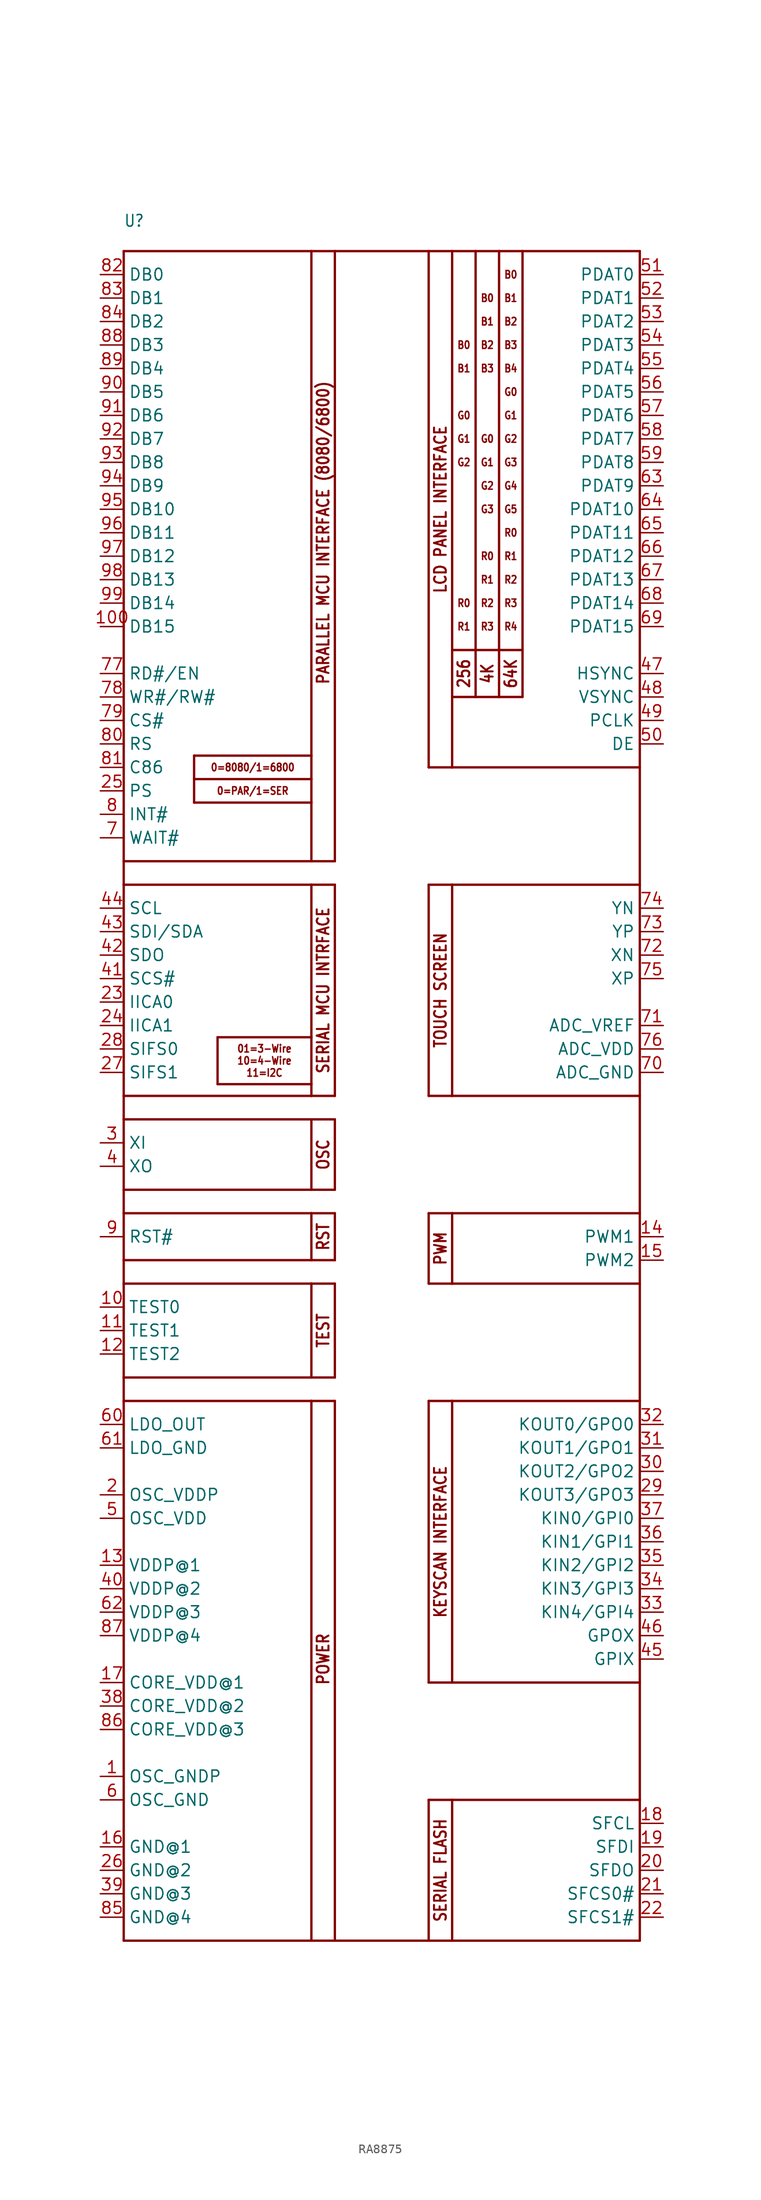
<source format=kicad_sym>
(kicad_symbol_lib
  (version 20220914)
  (generator kicad_symbol_editor)
  (symbol "RA8875"
    (property "Reference" "U"
      (at -27.94 91.44 0)
      (effects (font (size 1.27 1.079)) (justify left bottom)))
    (property "Value" ""
      (at -27.94 -96.52 0)
      (effects (font (size 1.27 1.079)) (justify left bottom)))
    (property "ki_locked" ""
      (at 0 0 0)
      (effects (font (size 1.27 1.27))))
    (symbol "RA8875_1_0"
      (polyline (pts (xy -27.94 -93.98) (xy -27.94 -35.56)) (stroke (width 0.254) (type solid)) (fill (type none)))
      (polyline (pts (xy -27.94 -35.56) (xy -27.94 -33.02)) (stroke (width 0.254) (type solid)) (fill (type none)))
      (polyline (pts (xy -27.94 -35.56) (xy -7.62 -35.56)) (stroke (width 0.254) (type solid)) (fill (type none)))
      (polyline (pts (xy -27.94 -33.02) (xy -27.94 -22.86)) (stroke (width 0.254) (type solid)) (fill (type none)))
      (polyline (pts (xy -27.94 -22.86) (xy -27.94 -20.32)) (stroke (width 0.254) (type solid)) (fill (type none)))
      (polyline (pts (xy -27.94 -22.86) (xy -7.62 -22.86)) (stroke (width 0.254) (type solid)) (fill (type none)))
      (polyline (pts (xy -27.94 -20.32) (xy -27.94 -15.24)) (stroke (width 0.254) (type solid)) (fill (type none)))
      (polyline (pts (xy -27.94 -15.24) (xy -27.94 -12.7)) (stroke (width 0.254) (type solid)) (fill (type none)))
      (polyline (pts (xy -27.94 -15.24) (xy -7.62 -15.24)) (stroke (width 0.254) (type solid)) (fill (type none)))
      (polyline (pts (xy -27.94 -12.7) (xy -27.94 -5.08)) (stroke (width 0.254) (type solid)) (fill (type none)))
      (polyline (pts (xy -27.94 -5.08) (xy -27.94 -2.54)) (stroke (width 0.254) (type solid)) (fill (type none)))
      (polyline (pts (xy -27.94 -5.08) (xy -7.62 -5.08)) (stroke (width 0.254) (type solid)) (fill (type none)))
      (polyline (pts (xy -27.94 -2.54) (xy -27.94 20.32)) (stroke (width 0.254) (type solid)) (fill (type none)))
      (polyline (pts (xy -27.94 20.32) (xy -27.94 22.86)) (stroke (width 0.254) (type solid)) (fill (type none)))
      (polyline (pts (xy -27.94 20.32) (xy -7.62 20.32)) (stroke (width 0.254) (type solid)) (fill (type none)))
      (polyline (pts (xy -27.94 22.86) (xy -27.94 88.9)) (stroke (width 0.254) (type solid)) (fill (type none)))
      (polyline (pts (xy -27.94 88.9) (xy -7.62 88.9)) (stroke (width 0.254) (type solid)) (fill (type none)))
      (polyline (pts (xy -20.32 29.21) (xy -20.32 31.75)) (stroke (width 0.254) (type solid)) (fill (type none)))
      (polyline (pts (xy -20.32 31.75) (xy -7.62 31.75)) (stroke (width 0.254) (type solid)) (fill (type none)))
      (polyline (pts (xy -20.32 34.29) (xy -20.32 31.75)) (stroke (width 0.254) (type solid)) (fill (type none)))
      (polyline (pts (xy -17.78 -1.27) (xy -7.62 -1.27)) (stroke (width 0.254) (type solid)) (fill (type none)))
      (polyline (pts (xy -17.78 3.81) (xy -17.78 -1.27)) (stroke (width 0.254) (type solid)) (fill (type none)))
      (polyline (pts (xy -7.62 -93.98) (xy -27.94 -93.98)) (stroke (width 0.254) (type solid)) (fill (type none)))
      (polyline (pts (xy -7.62 -35.56) (xy -7.62 -93.98)) (stroke (width 0.254) (type solid)) (fill (type none)))
      (polyline (pts (xy -7.62 -35.56) (xy -5.08 -35.56)) (stroke (width 0.254) (type solid)) (fill (type none)))
      (polyline (pts (xy -7.62 -33.02) (xy -27.94 -33.02)) (stroke (width 0.254) (type solid)) (fill (type none)))
      (polyline (pts (xy -7.62 -22.86) (xy -7.62 -33.02)) (stroke (width 0.254) (type solid)) (fill (type none)))
      (polyline (pts (xy -7.62 -22.86) (xy -5.08 -22.86)) (stroke (width 0.254) (type solid)) (fill (type none)))
      (polyline (pts (xy -7.62 -20.32) (xy -27.94 -20.32)) (stroke (width 0.254) (type solid)) (fill (type none)))
      (polyline (pts (xy -7.62 -15.24) (xy -7.62 -20.32)) (stroke (width 0.254) (type solid)) (fill (type none)))
      (polyline (pts (xy -7.62 -15.24) (xy -5.08 -15.24)) (stroke (width 0.254) (type solid)) (fill (type none)))
      (polyline (pts (xy -7.62 -12.7) (xy -27.94 -12.7)) (stroke (width 0.254) (type solid)) (fill (type none)))
      (polyline (pts (xy -7.62 -5.08) (xy -7.62 -12.7)) (stroke (width 0.254) (type solid)) (fill (type none)))
      (polyline (pts (xy -7.62 -5.08) (xy -5.08 -5.08)) (stroke (width 0.254) (type solid)) (fill (type none)))
      (polyline (pts (xy -7.62 -2.54) (xy -27.94 -2.54)) (stroke (width 0.254) (type solid)) (fill (type none)))
      (polyline (pts (xy -7.62 -1.27) (xy -7.62 -2.54)) (stroke (width 0.254) (type solid)) (fill (type none)))
      (polyline (pts (xy -7.62 3.81) (xy -17.78 3.81)) (stroke (width 0.254) (type solid)) (fill (type none)))
      (polyline (pts (xy -7.62 3.81) (xy -7.62 -1.27)) (stroke (width 0.254) (type solid)) (fill (type none)))
      (polyline (pts (xy -7.62 20.32) (xy -7.62 3.81)) (stroke (width 0.254) (type solid)) (fill (type none)))
      (polyline (pts (xy -7.62 20.32) (xy -5.08 20.32)) (stroke (width 0.254) (type solid)) (fill (type none)))
      (polyline (pts (xy -7.62 22.86) (xy -27.94 22.86)) (stroke (width 0.254) (type solid)) (fill (type none)))
      (polyline (pts (xy -7.62 29.21) (xy -20.32 29.21)) (stroke (width 0.254) (type solid)) (fill (type none)))
      (polyline (pts (xy -7.62 29.21) (xy -7.62 22.86)) (stroke (width 0.254) (type solid)) (fill (type none)))
      (polyline (pts (xy -7.62 31.75) (xy -7.62 29.21)) (stroke (width 0.254) (type solid)) (fill (type none)))
      (polyline (pts (xy -7.62 34.29) (xy -20.32 34.29)) (stroke (width 0.254) (type solid)) (fill (type none)))
      (polyline (pts (xy -7.62 34.29) (xy -7.62 31.75)) (stroke (width 0.254) (type solid)) (fill (type none)))
      (polyline (pts (xy -7.62 88.9) (xy -7.62 34.29)) (stroke (width 0.254) (type solid)) (fill (type none)))
      (polyline (pts (xy -7.62 88.9) (xy -5.08 88.9)) (stroke (width 0.254) (type solid)) (fill (type none)))
      (polyline (pts (xy -5.08 -93.98) (xy -7.62 -93.98)) (stroke (width 0.254) (type solid)) (fill (type none)))
      (polyline (pts (xy -5.08 -93.98) (xy 5.08 -93.98)) (stroke (width 0.254) (type solid)) (fill (type none)))
      (polyline (pts (xy -5.08 -35.56) (xy -5.08 -93.98)) (stroke (width 0.254) (type solid)) (fill (type none)))
      (polyline (pts (xy -5.08 -33.02) (xy -7.62 -33.02)) (stroke (width 0.254) (type solid)) (fill (type none)))
      (polyline (pts (xy -5.08 -30.48) (xy -5.08 -33.02)) (stroke (width 0.254) (type solid)) (fill (type none)))
      (polyline (pts (xy -5.08 -22.86) (xy -5.08 -30.48)) (stroke (width 0.254) (type solid)) (fill (type none)))
      (polyline (pts (xy -5.08 -20.32) (xy -7.62 -20.32)) (stroke (width 0.254) (type solid)) (fill (type none)))
      (polyline (pts (xy -5.08 -15.24) (xy -5.08 -20.32)) (stroke (width 0.254) (type solid)) (fill (type none)))
      (polyline (pts (xy -5.08 -12.7) (xy -7.62 -12.7)) (stroke (width 0.254) (type solid)) (fill (type none)))
      (polyline (pts (xy -5.08 -5.08) (xy -5.08 -12.7)) (stroke (width 0.254) (type solid)) (fill (type none)))
      (polyline (pts (xy -5.08 -2.54) (xy -7.62 -2.54)) (stroke (width 0.254) (type solid)) (fill (type none)))
      (polyline (pts (xy -5.08 20.32) (xy -5.08 -2.54)) (stroke (width 0.254) (type solid)) (fill (type none)))
      (polyline (pts (xy -5.08 22.86) (xy -7.62 22.86)) (stroke (width 0.254) (type solid)) (fill (type none)))
      (polyline (pts (xy -5.08 88.9) (xy -5.08 22.86)) (stroke (width 0.254) (type solid)) (fill (type none)))
      (polyline (pts (xy -5.08 88.9) (xy 5.08 88.9)) (stroke (width 0.254) (type solid)) (fill (type none)))
      (polyline (pts (xy 5.08 -93.98) (xy 5.08 -78.74)) (stroke (width 0.254) (type solid)) (fill (type none)))
      (polyline (pts (xy 5.08 -78.74) (xy 7.62 -78.74)) (stroke (width 0.254) (type solid)) (fill (type none)))
      (polyline (pts (xy 5.08 -66.04) (xy 5.08 -35.56)) (stroke (width 0.254) (type solid)) (fill (type none)))
      (polyline (pts (xy 5.08 -35.56) (xy 7.62 -35.56)) (stroke (width 0.254) (type solid)) (fill (type none)))
      (polyline (pts (xy 5.08 -22.86) (xy 5.08 -15.24)) (stroke (width 0.254) (type solid)) (fill (type none)))
      (polyline (pts (xy 5.08 -15.24) (xy 7.62 -15.24)) (stroke (width 0.254) (type solid)) (fill (type none)))
      (polyline (pts (xy 5.08 -2.54) (xy 7.62 -2.54)) (stroke (width 0.254) (type solid)) (fill (type none)))
      (polyline (pts (xy 5.08 20.32) (xy 5.08 -2.54)) (stroke (width 0.254) (type solid)) (fill (type none)))
      (polyline (pts (xy 5.08 33.02) (xy 7.62 33.02)) (stroke (width 0.254) (type solid)) (fill (type none)))
      (polyline (pts (xy 5.08 88.9) (xy 5.08 33.02)) (stroke (width 0.254) (type solid)) (fill (type none)))
      (polyline (pts (xy 7.62 -93.98) (xy 5.08 -93.98)) (stroke (width 0.254) (type solid)) (fill (type none)))
      (polyline (pts (xy 7.62 -93.98) (xy 7.62 -78.74)) (stroke (width 0.254) (type solid)) (fill (type none)))
      (polyline (pts (xy 7.62 -78.74) (xy 27.94 -78.74)) (stroke (width 0.254) (type solid)) (fill (type none)))
      (polyline (pts (xy 7.62 -66.04) (xy 5.08 -66.04)) (stroke (width 0.254) (type solid)) (fill (type none)))
      (polyline (pts (xy 7.62 -35.56) (xy 7.62 -66.04)) (stroke (width 0.254) (type solid)) (fill (type none)))
      (polyline (pts (xy 7.62 -35.56) (xy 27.94 -35.56)) (stroke (width 0.254) (type solid)) (fill (type none)))
      (polyline (pts (xy 7.62 -22.86) (xy 5.08 -22.86)) (stroke (width 0.254) (type solid)) (fill (type none)))
      (polyline (pts (xy 7.62 -15.24) (xy 7.62 -22.86)) (stroke (width 0.254) (type solid)) (fill (type none)))
      (polyline (pts (xy 7.62 -15.24) (xy 27.94 -15.24)) (stroke (width 0.254) (type solid)) (fill (type none)))
      (polyline (pts (xy 7.62 -2.54) (xy 27.94 -2.54)) (stroke (width 0.254) (type solid)) (fill (type none)))
      (polyline (pts (xy 7.62 20.32) (xy 5.08 20.32)) (stroke (width 0.254) (type solid)) (fill (type none)))
      (polyline (pts (xy 7.62 20.32) (xy 7.62 -2.54)) (stroke (width 0.254) (type solid)) (fill (type none)))
      (polyline (pts (xy 7.62 33.02) (xy 7.62 40.64)) (stroke (width 0.254) (type solid)) (fill (type none)))
      (polyline (pts (xy 7.62 40.64) (xy 7.62 45.72)) (stroke (width 0.254) (type solid)) (fill (type none)))
      (polyline (pts (xy 7.62 40.64) (xy 10.16 40.64)) (stroke (width 0.254) (type solid)) (fill (type none)))
      (polyline (pts (xy 7.62 45.72) (xy 10.16 45.72)) (stroke (width 0.254) (type solid)) (fill (type none)))
      (polyline (pts (xy 7.62 88.9) (xy 5.08 88.9)) (stroke (width 0.254) (type solid)) (fill (type none)))
      (polyline (pts (xy 7.62 88.9) (xy 7.62 45.72)) (stroke (width 0.254) (type solid)) (fill (type none)))
      (polyline (pts (xy 10.16 40.64) (xy 12.7 40.64)) (stroke (width 0.254) (type solid)) (fill (type none)))
      (polyline (pts (xy 10.16 45.72) (xy 10.16 40.64)) (stroke (width 0.254) (type solid)) (fill (type none)))
      (polyline (pts (xy 10.16 45.72) (xy 10.16 88.9)) (stroke (width 0.254) (type solid)) (fill (type none)))
      (polyline (pts (xy 10.16 88.9) (xy 7.62 88.9)) (stroke (width 0.254) (type solid)) (fill (type none)))
      (polyline (pts (xy 10.16 88.9) (xy 12.7 88.9)) (stroke (width 0.254) (type solid)) (fill (type none)))
      (polyline (pts (xy 12.7 40.64) (xy 15.24 40.64)) (stroke (width 0.254) (type solid)) (fill (type none)))
      (polyline (pts (xy 12.7 45.72) (xy 10.16 45.72)) (stroke (width 0.254) (type solid)) (fill (type none)))
      (polyline (pts (xy 12.7 45.72) (xy 12.7 40.64)) (stroke (width 0.254) (type solid)) (fill (type none)))
      (polyline (pts (xy 12.7 45.72) (xy 15.24 45.72)) (stroke (width 0.254) (type solid)) (fill (type none)))
      (polyline (pts (xy 12.7 88.9) (xy 12.7 45.72)) (stroke (width 0.254) (type solid)) (fill (type none)))
      (polyline (pts (xy 15.24 40.64) (xy 15.24 45.72)) (stroke (width 0.254) (type solid)) (fill (type none)))
      (polyline (pts (xy 15.24 45.72) (xy 15.24 88.9)) (stroke (width 0.254) (type solid)) (fill (type none)))
      (polyline (pts (xy 15.24 88.9) (xy 12.7 88.9)) (stroke (width 0.254) (type solid)) (fill (type none)))
      (polyline (pts (xy 15.24 88.9) (xy 27.94 88.9)) (stroke (width 0.254) (type solid)) (fill (type none)))
      (polyline (pts (xy 27.94 -93.98) (xy 7.62 -93.98)) (stroke (width 0.254) (type solid)) (fill (type none)))
      (polyline (pts (xy 27.94 -78.74) (xy 27.94 -93.98)) (stroke (width 0.254) (type solid)) (fill (type none)))
      (polyline (pts (xy 27.94 -66.04) (xy 7.62 -66.04)) (stroke (width 0.254) (type solid)) (fill (type none)))
      (polyline (pts (xy 27.94 -66.04) (xy 27.94 -78.74)) (stroke (width 0.254) (type solid)) (fill (type none)))
      (polyline (pts (xy 27.94 -35.56) (xy 27.94 -66.04)) (stroke (width 0.254) (type solid)) (fill (type none)))
      (polyline (pts (xy 27.94 -22.86) (xy 7.62 -22.86)) (stroke (width 0.254) (type solid)) (fill (type none)))
      (polyline (pts (xy 27.94 -22.86) (xy 27.94 -35.56)) (stroke (width 0.254) (type solid)) (fill (type none)))
      (polyline (pts (xy 27.94 -15.24) (xy 27.94 -22.86)) (stroke (width 0.254) (type solid)) (fill (type none)))
      (polyline (pts (xy 27.94 -2.54) (xy 27.94 -15.24)) (stroke (width 0.254) (type solid)) (fill (type none)))
      (polyline (pts (xy 27.94 -2.54) (xy 27.94 20.32)) (stroke (width 0.254) (type solid)) (fill (type none)))
      (polyline (pts (xy 27.94 20.32) (xy 7.62 20.32)) (stroke (width 0.254) (type solid)) (fill (type none)))
      (polyline (pts (xy 27.94 33.02) (xy 7.62 33.02)) (stroke (width 0.254) (type solid)) (fill (type none)))
      (polyline (pts (xy 27.94 33.02) (xy 27.94 20.32)) (stroke (width 0.254) (type solid)) (fill (type none)))
      (polyline (pts (xy 27.94 45.72) (xy 27.94 33.02)) (stroke (width 0.254) (type solid)) (fill (type none)))
      (polyline (pts (xy 27.94 88.9) (xy 27.94 45.72)) (stroke (width 0.254) (type solid)) (fill (type none)))
      (text "01=3-Wire\n10=4-Wire\n11=I2C" (at -12.7 1.27 0) (effects (font (size 0.813 0.691))))
      (text "0=8080/1=6800" (at -13.97 33.02 0) (effects (font (size 0.813 0.691))))
      (text "0=PAR/1=SER" (at -13.97 30.48 0) (effects (font (size 0.813 0.691))))
      (text "256" (at 8.89 43.18 900) (effects (font (size 1.27 1.079) (thickness 0.216) bold)))
      (text "4K" (at 11.43 43.18 900) (effects (font (size 1.27 1.079) (thickness 0.216) bold)))
      (text "64K" (at 13.97 43.18 900) (effects (font (size 1.27 1.079) (thickness 0.216) bold)))
      (text "B0" (at 8.89 78.74 0) (effects (font (size 0.813 0.691))))
      (text "B0" (at 11.43 83.82 0) (effects (font (size 0.813 0.691))))
      (text "B0" (at 13.97 86.36 0) (effects (font (size 0.813 0.691))))
      (text "B1" (at 8.89 76.2 0) (effects (font (size 0.813 0.691))))
      (text "B1" (at 11.43 81.28 0) (effects (font (size 0.813 0.691))))
      (text "B1" (at 13.97 83.82 0) (effects (font (size 0.813 0.691))))
      (text "B2" (at 11.43 78.74 0) (effects (font (size 0.813 0.691))))
      (text "B2" (at 13.97 81.28 0) (effects (font (size 0.813 0.691))))
      (text "B3" (at 11.43 76.2 0) (effects (font (size 0.813 0.691))))
      (text "B3" (at 13.97 78.74 0) (effects (font (size 0.813 0.691))))
      (text "B4" (at 13.97 76.2 0) (effects (font (size 0.813 0.691))))
      (text "G0" (at 8.89 71.12 0) (effects (font (size 0.813 0.691))))
      (text "G0" (at 11.43 68.58 0) (effects (font (size 0.813 0.691))))
      (text "G0" (at 13.97 73.66 0) (effects (font (size 0.813 0.691))))
      (text "G1" (at 8.89 68.58 0) (effects (font (size 0.813 0.691))))
      (text "G1" (at 11.43 66.04 0) (effects (font (size 0.813 0.691))))
      (text "G1" (at 13.97 71.12 0) (effects (font (size 0.813 0.691))))
      (text "G2" (at 8.89 66.04 0) (effects (font (size 0.813 0.691))))
      (text "G2" (at 11.43 63.5 0) (effects (font (size 0.813 0.691))))
      (text "G2" (at 13.97 68.58 0) (effects (font (size 0.813 0.691))))
      (text "G3" (at 11.43 60.96 0) (effects (font (size 0.813 0.691))))
      (text "G3" (at 13.97 66.04 0) (effects (font (size 0.813 0.691))))
      (text "G4" (at 13.97 63.5 0) (effects (font (size 0.813 0.691))))
      (text "G5" (at 13.97 60.96 0) (effects (font (size 0.813 0.691))))
      (text "KEYSCAN INTERFACE" (at 6.35 -50.8 900) (effects (font (size 1.27 1.079) (thickness 0.216) bold)))
      (text "LCD PANEL INTERFACE" (at 6.35 60.96 900) (effects (font (size 1.27 1.079) (thickness 0.216) bold)))
      (text "OSC" (at -6.35 -8.89 900) (effects (font (size 1.27 1.079) (thickness 0.216) bold)))
      (text "PARALLEL MCU INTERFACE (8080/6800)" (at -6.35 58.42 900) (effects (font (size 1.27 1.079) (thickness 0.216) bold)))
      (text "POWER" (at -6.35 -63.5 900) (effects (font (size 1.27 1.079) (thickness 0.216) bold)))
      (text "PWM" (at 6.35 -19.05 900) (effects (font (size 1.27 1.079) (thickness 0.216) bold)))
      (text "R0" (at 8.89 50.8 0) (effects (font (size 0.813 0.691))))
      (text "R0" (at 11.43 55.88 0) (effects (font (size 0.813 0.691))))
      (text "R0" (at 13.97 58.42 0) (effects (font (size 0.813 0.691))))
      (text "R1" (at 8.89 48.26 0) (effects (font (size 0.813 0.691))))
      (text "R1" (at 11.43 53.34 0) (effects (font (size 0.813 0.691))))
      (text "R1" (at 13.97 55.88 0) (effects (font (size 0.813 0.691))))
      (text "R2" (at 11.43 50.8 0) (effects (font (size 0.813 0.691))))
      (text "R2" (at 13.97 53.34 0) (effects (font (size 0.813 0.691))))
      (text "R3" (at 11.43 48.26 0) (effects (font (size 0.813 0.691))))
      (text "R3" (at 13.97 50.8 0) (effects (font (size 0.813 0.691))))
      (text "R4" (at 13.97 48.26 0) (effects (font (size 0.813 0.691))))
      (text "RST" (at -6.35 -17.78 900) (effects (font (size 1.27 1.079) (thickness 0.216) bold)))
      (text "SERIAL FLASH" (at 6.35 -86.36 900) (effects (font (size 1.27 1.079) (thickness 0.216) bold)))
      (text "SERIAL MCU INTRFACE" (at -6.35 8.89 900) (effects (font (size 1.27 1.079) (thickness 0.216) bold)))
      (text "TEST" (at -6.35 -27.94 900) (effects (font (size 1.27 1.079) (thickness 0.216) bold)))
      (text "TOUCH SCREEN" (at 6.35 8.89 900) (effects (font (size 1.27 1.079) (thickness 0.216) bold)))
      (pin power_in line (at -30.48 -76.2 0) (length 2.54) (name "OSC_GNDP" (effects (font (size 1.27 1.27)))) (number "1" (effects (font (size 1.27 1.27)))))
      (pin input line (at -30.48 -25.4 0) (length 2.54) (name "TEST0" (effects (font (size 1.27 1.27)))) (number "10" (effects (font (size 1.27 1.27)))))
      (pin bidirectional line (at -30.48 48.26 0) (length 2.54) (name "DB15" (effects (font (size 1.27 1.27)))) (number "100" (effects (font (size 1.27 1.27)))))
      (pin input line (at -30.48 -27.94 0) (length 2.54) (name "TEST1" (effects (font (size 1.27 1.27)))) (number "11" (effects (font (size 1.27 1.27)))))
      (pin input line (at -30.48 -30.48 0) (length 2.54) (name "TEST2" (effects (font (size 1.27 1.27)))) (number "12" (effects (font (size 1.27 1.27)))))
      (pin power_in line (at -30.48 -53.34 0) (length 2.54) (name "VDDP@1" (effects (font (size 1.27 1.27)))) (number "13" (effects (font (size 1.27 1.27)))))
      (pin output line (at 30.48 -17.78 180) (length 2.54) (name "PWM1" (effects (font (size 1.27 1.27)))) (number "14" (effects (font (size 1.27 1.27)))))
      (pin output line (at 30.48 -20.32 180) (length 2.54) (name "PWM2" (effects (font (size 1.27 1.27)))) (number "15" (effects (font (size 1.27 1.27)))))
      (pin power_in line (at -30.48 -83.82 0) (length 2.54) (name "GND@1" (effects (font (size 1.27 1.27)))) (number "16" (effects (font (size 1.27 1.27)))))
      (pin power_in line (at -30.48 -66.04 0) (length 2.54) (name "CORE_VDD@1" (effects (font (size 1.27 1.27)))) (number "17" (effects (font (size 1.27 1.27)))))
      (pin output line (at 30.48 -81.28 180) (length 2.54) (name "SFCL" (effects (font (size 1.27 1.27)))) (number "18" (effects (font (size 1.27 1.27)))))
      (pin bidirectional line (at 30.48 -83.82 180) (length 2.54) (name "SFDI" (effects (font (size 1.27 1.27)))) (number "19" (effects (font (size 1.27 1.27)))))
      (pin power_in line (at -30.48 -45.72 0) (length 2.54) (name "OSC_VDDP" (effects (font (size 1.27 1.27)))) (number "2" (effects (font (size 1.27 1.27)))))
      (pin bidirectional line (at 30.48 -86.36 180) (length 2.54) (name "SFDO" (effects (font (size 1.27 1.27)))) (number "20" (effects (font (size 1.27 1.27)))))
      (pin output line (at 30.48 -88.9 180) (length 2.54) (name "SFCS0#" (effects (font (size 1.27 1.27)))) (number "21" (effects (font (size 1.27 1.27)))))
      (pin output line (at 30.48 -91.44 180) (length 2.54) (name "SFCS1#" (effects (font (size 1.27 1.27)))) (number "22" (effects (font (size 1.27 1.27)))))
      (pin input line (at -30.48 7.62 0) (length 2.54) (name "IICA0" (effects (font (size 1.27 1.27)))) (number "23" (effects (font (size 1.27 1.27)))))
      (pin input line (at -30.48 5.08 0) (length 2.54) (name "IICA1" (effects (font (size 1.27 1.27)))) (number "24" (effects (font (size 1.27 1.27)))))
      (pin input line (at -30.48 30.48 0) (length 2.54) (name "PS" (effects (font (size 1.27 1.27)))) (number "25" (effects (font (size 1.27 1.27)))))
      (pin power_in line (at -30.48 -86.36 0) (length 2.54) (name "GND@2" (effects (font (size 1.27 1.27)))) (number "26" (effects (font (size 1.27 1.27)))))
      (pin input line (at -30.48 0 0) (length 2.54) (name "SIFS1" (effects (font (size 1.27 1.27)))) (number "27" (effects (font (size 1.27 1.27)))))
      (pin input line (at -30.48 2.54 0) (length 2.54) (name "SIFS0" (effects (font (size 1.27 1.27)))) (number "28" (effects (font (size 1.27 1.27)))))
      (pin output line (at 30.48 -45.72 180) (length 2.54) (name "KOUT3/GPO3" (effects (font (size 1.27 1.27)))) (number "29" (effects (font (size 1.27 1.27)))))
      (pin input line (at -30.48 -7.62 0) (length 2.54) (name "XI" (effects (font (size 1.27 1.27)))) (number "3" (effects (font (size 1.27 1.27)))))
      (pin output line (at 30.48 -43.18 180) (length 2.54) (name "KOUT2/GPO2" (effects (font (size 1.27 1.27)))) (number "30" (effects (font (size 1.27 1.27)))))
      (pin output line (at 30.48 -40.64 180) (length 2.54) (name "KOUT1/GPO1" (effects (font (size 1.27 1.27)))) (number "31" (effects (font (size 1.27 1.27)))))
      (pin output line (at 30.48 -38.1 180) (length 2.54) (name "KOUT0/GPO0" (effects (font (size 1.27 1.27)))) (number "32" (effects (font (size 1.27 1.27)))))
      (pin input line (at 30.48 -58.42 180) (length 2.54) (name "KIN4/GPI4" (effects (font (size 1.27 1.27)))) (number "33" (effects (font (size 1.27 1.27)))))
      (pin input line (at 30.48 -55.88 180) (length 2.54) (name "KIN3/GPI3" (effects (font (size 1.27 1.27)))) (number "34" (effects (font (size 1.27 1.27)))))
      (pin input line (at 30.48 -53.34 180) (length 2.54) (name "KIN2/GPI2" (effects (font (size 1.27 1.27)))) (number "35" (effects (font (size 1.27 1.27)))))
      (pin input line (at 30.48 -50.8 180) (length 2.54) (name "KIN1/GPI1" (effects (font (size 1.27 1.27)))) (number "36" (effects (font (size 1.27 1.27)))))
      (pin input line (at 30.48 -48.26 180) (length 2.54) (name "KIN0/GPI0" (effects (font (size 1.27 1.27)))) (number "37" (effects (font (size 1.27 1.27)))))
      (pin power_in line (at -30.48 -68.58 0) (length 2.54) (name "CORE_VDD@2" (effects (font (size 1.27 1.27)))) (number "38" (effects (font (size 1.27 1.27)))))
      (pin power_in line (at -30.48 -88.9 0) (length 2.54) (name "GND@3" (effects (font (size 1.27 1.27)))) (number "39" (effects (font (size 1.27 1.27)))))
      (pin output line (at -30.48 -10.16 0) (length 2.54) (name "XO" (effects (font (size 1.27 1.27)))) (number "4" (effects (font (size 1.27 1.27)))))
      (pin power_in line (at -30.48 -55.88 0) (length 2.54) (name "VDDP@2" (effects (font (size 1.27 1.27)))) (number "40" (effects (font (size 1.27 1.27)))))
      (pin output line (at -30.48 10.16 0) (length 2.54) (name "SCS#" (effects (font (size 1.27 1.27)))) (number "41" (effects (font (size 1.27 1.27)))))
      (pin output line (at -30.48 12.7 0) (length 2.54) (name "SDO" (effects (font (size 1.27 1.27)))) (number "42" (effects (font (size 1.27 1.27)))))
      (pin bidirectional line (at -30.48 15.24 0) (length 2.54) (name "SDI/SDA" (effects (font (size 1.27 1.27)))) (number "43" (effects (font (size 1.27 1.27)))))
      (pin output line (at -30.48 17.78 0) (length 2.54) (name "SCL" (effects (font (size 1.27 1.27)))) (number "44" (effects (font (size 1.27 1.27)))))
      (pin input line (at 30.48 -63.5 180) (length 2.54) (name "GPIX" (effects (font (size 1.27 1.27)))) (number "45" (effects (font (size 1.27 1.27)))))
      (pin output line (at 30.48 -60.96 180) (length 2.54) (name "GPOX" (effects (font (size 1.27 1.27)))) (number "46" (effects (font (size 1.27 1.27)))))
      (pin output line (at 30.48 43.18 180) (length 2.54) (name "HSYNC" (effects (font (size 1.27 1.27)))) (number "47" (effects (font (size 1.27 1.27)))))
      (pin output line (at 30.48 40.64 180) (length 2.54) (name "VSYNC" (effects (font (size 1.27 1.27)))) (number "48" (effects (font (size 1.27 1.27)))))
      (pin output line (at 30.48 38.1 180) (length 2.54) (name "PCLK" (effects (font (size 1.27 1.27)))) (number "49" (effects (font (size 1.27 1.27)))))
      (pin power_in line (at -30.48 -48.26 0) (length 2.54) (name "OSC_VDD" (effects (font (size 1.27 1.27)))) (number "5" (effects (font (size 1.27 1.27)))))
      (pin output line (at 30.48 35.56 180) (length 2.54) (name "DE" (effects (font (size 1.27 1.27)))) (number "50" (effects (font (size 1.27 1.27)))))
      (pin output line (at 30.48 86.36 180) (length 2.54) (name "PDAT0" (effects (font (size 1.27 1.27)))) (number "51" (effects (font (size 1.27 1.27)))))
      (pin output line (at 30.48 83.82 180) (length 2.54) (name "PDAT1" (effects (font (size 1.27 1.27)))) (number "52" (effects (font (size 1.27 1.27)))))
      (pin output line (at 30.48 81.28 180) (length 2.54) (name "PDAT2" (effects (font (size 1.27 1.27)))) (number "53" (effects (font (size 1.27 1.27)))))
      (pin output line (at 30.48 78.74 180) (length 2.54) (name "PDAT3" (effects (font (size 1.27 1.27)))) (number "54" (effects (font (size 1.27 1.27)))))
      (pin output line (at 30.48 76.2 180) (length 2.54) (name "PDAT4" (effects (font (size 1.27 1.27)))) (number "55" (effects (font (size 1.27 1.27)))))
      (pin output line (at 30.48 73.66 180) (length 2.54) (name "PDAT5" (effects (font (size 1.27 1.27)))) (number "56" (effects (font (size 1.27 1.27)))))
      (pin output line (at 30.48 71.12 180) (length 2.54) (name "PDAT6" (effects (font (size 1.27 1.27)))) (number "57" (effects (font (size 1.27 1.27)))))
      (pin output line (at 30.48 68.58 180) (length 2.54) (name "PDAT7" (effects (font (size 1.27 1.27)))) (number "58" (effects (font (size 1.27 1.27)))))
      (pin output line (at 30.48 66.04 180) (length 2.54) (name "PDAT8" (effects (font (size 1.27 1.27)))) (number "59" (effects (font (size 1.27 1.27)))))
      (pin power_in line (at -30.48 -78.74 0) (length 2.54) (name "OSC_GND" (effects (font (size 1.27 1.27)))) (number "6" (effects (font (size 1.27 1.27)))))
      (pin power_in line (at -30.48 -38.1 0) (length 2.54) (name "LDO_OUT" (effects (font (size 1.27 1.27)))) (number "60" (effects (font (size 1.27 1.27)))))
      (pin power_in line (at -30.48 -40.64 0) (length 2.54) (name "LDO_GND" (effects (font (size 1.27 1.27)))) (number "61" (effects (font (size 1.27 1.27)))))
      (pin power_in line (at -30.48 -58.42 0) (length 2.54) (name "VDDP@3" (effects (font (size 1.27 1.27)))) (number "62" (effects (font (size 1.27 1.27)))))
      (pin output line (at 30.48 63.5 180) (length 2.54) (name "PDAT9" (effects (font (size 1.27 1.27)))) (number "63" (effects (font (size 1.27 1.27)))))
      (pin output line (at 30.48 60.96 180) (length 2.54) (name "PDAT10" (effects (font (size 1.27 1.27)))) (number "64" (effects (font (size 1.27 1.27)))))
      (pin output line (at 30.48 58.42 180) (length 2.54) (name "PDAT11" (effects (font (size 1.27 1.27)))) (number "65" (effects (font (size 1.27 1.27)))))
      (pin output line (at 30.48 55.88 180) (length 2.54) (name "PDAT12" (effects (font (size 1.27 1.27)))) (number "66" (effects (font (size 1.27 1.27)))))
      (pin output line (at 30.48 53.34 180) (length 2.54) (name "PDAT13" (effects (font (size 1.27 1.27)))) (number "67" (effects (font (size 1.27 1.27)))))
      (pin output line (at 30.48 50.8 180) (length 2.54) (name "PDAT14" (effects (font (size 1.27 1.27)))) (number "68" (effects (font (size 1.27 1.27)))))
      (pin output line (at 30.48 48.26 180) (length 2.54) (name "PDAT15" (effects (font (size 1.27 1.27)))) (number "69" (effects (font (size 1.27 1.27)))))
      (pin output line (at -30.48 25.4 0) (length 2.54) (name "WAIT#" (effects (font (size 1.27 1.27)))) (number "7" (effects (font (size 1.27 1.27)))))
      (pin power_in line (at 30.48 0 180) (length 2.54) (name "ADC_GND" (effects (font (size 1.27 1.27)))) (number "70" (effects (font (size 1.27 1.27)))))
      (pin input line (at 30.48 5.08 180) (length 2.54) (name "ADC_VREF" (effects (font (size 1.27 1.27)))) (number "71" (effects (font (size 1.27 1.27)))))
      (pin bidirectional line (at 30.48 12.7 180) (length 2.54) (name "XN" (effects (font (size 1.27 1.27)))) (number "72" (effects (font (size 1.27 1.27)))))
      (pin bidirectional line (at 30.48 15.24 180) (length 2.54) (name "YP" (effects (font (size 1.27 1.27)))) (number "73" (effects (font (size 1.27 1.27)))))
      (pin bidirectional line (at 30.48 17.78 180) (length 2.54) (name "YN" (effects (font (size 1.27 1.27)))) (number "74" (effects (font (size 1.27 1.27)))))
      (pin bidirectional line (at 30.48 10.16 180) (length 2.54) (name "XP" (effects (font (size 1.27 1.27)))) (number "75" (effects (font (size 1.27 1.27)))))
      (pin power_in line (at 30.48 2.54 180) (length 2.54) (name "ADC_VDD" (effects (font (size 1.27 1.27)))) (number "76" (effects (font (size 1.27 1.27)))))
      (pin input line (at -30.48 43.18 0) (length 2.54) (name "RD#/EN" (effects (font (size 1.27 1.27)))) (number "77" (effects (font (size 1.27 1.27)))))
      (pin input line (at -30.48 40.64 0) (length 2.54) (name "WR#/RW#" (effects (font (size 1.27 1.27)))) (number "78" (effects (font (size 1.27 1.27)))))
      (pin input line (at -30.48 38.1 0) (length 2.54) (name "CS#" (effects (font (size 1.27 1.27)))) (number "79" (effects (font (size 1.27 1.27)))))
      (pin output line (at -30.48 27.94 0) (length 2.54) (name "INT#" (effects (font (size 1.27 1.27)))) (number "8" (effects (font (size 1.27 1.27)))))
      (pin input line (at -30.48 35.56 0) (length 2.54) (name "RS" (effects (font (size 1.27 1.27)))) (number "80" (effects (font (size 1.27 1.27)))))
      (pin input line (at -30.48 33.02 0) (length 2.54) (name "C86" (effects (font (size 1.27 1.27)))) (number "81" (effects (font (size 1.27 1.27)))))
      (pin bidirectional line (at -30.48 86.36 0) (length 2.54) (name "DB0" (effects (font (size 1.27 1.27)))) (number "82" (effects (font (size 1.27 1.27)))))
      (pin bidirectional line (at -30.48 83.82 0) (length 2.54) (name "DB1" (effects (font (size 1.27 1.27)))) (number "83" (effects (font (size 1.27 1.27)))))
      (pin bidirectional line (at -30.48 81.28 0) (length 2.54) (name "DB2" (effects (font (size 1.27 1.27)))) (number "84" (effects (font (size 1.27 1.27)))))
      (pin power_in line (at -30.48 -91.44 0) (length 2.54) (name "GND@4" (effects (font (size 1.27 1.27)))) (number "85" (effects (font (size 1.27 1.27)))))
      (pin power_in line (at -30.48 -71.12 0) (length 2.54) (name "CORE_VDD@3" (effects (font (size 1.27 1.27)))) (number "86" (effects (font (size 1.27 1.27)))))
      (pin power_in line (at -30.48 -60.96 0) (length 2.54) (name "VDDP@4" (effects (font (size 1.27 1.27)))) (number "87" (effects (font (size 1.27 1.27)))))
      (pin bidirectional line (at -30.48 78.74 0) (length 2.54) (name "DB3" (effects (font (size 1.27 1.27)))) (number "88" (effects (font (size 1.27 1.27)))))
      (pin bidirectional line (at -30.48 76.2 0) (length 2.54) (name "DB4" (effects (font (size 1.27 1.27)))) (number "89" (effects (font (size 1.27 1.27)))))
      (pin input line (at -30.48 -17.78 0) (length 2.54) (name "RST#" (effects (font (size 1.27 1.27)))) (number "9" (effects (font (size 1.27 1.27)))))
      (pin bidirectional line (at -30.48 73.66 0) (length 2.54) (name "DB5" (effects (font (size 1.27 1.27)))) (number "90" (effects (font (size 1.27 1.27)))))
      (pin bidirectional line (at -30.48 71.12 0) (length 2.54) (name "DB6" (effects (font (size 1.27 1.27)))) (number "91" (effects (font (size 1.27 1.27)))))
      (pin bidirectional line (at -30.48 68.58 0) (length 2.54) (name "DB7" (effects (font (size 1.27 1.27)))) (number "92" (effects (font (size 1.27 1.27)))))
      (pin bidirectional line (at -30.48 66.04 0) (length 2.54) (name "DB8" (effects (font (size 1.27 1.27)))) (number "93" (effects (font (size 1.27 1.27)))))
      (pin bidirectional line (at -30.48 63.5 0) (length 2.54) (name "DB9" (effects (font (size 1.27 1.27)))) (number "94" (effects (font (size 1.27 1.27)))))
      (pin bidirectional line (at -30.48 60.96 0) (length 2.54) (name "DB10" (effects (font (size 1.27 1.27)))) (number "95" (effects (font (size 1.27 1.27)))))
      (pin bidirectional line (at -30.48 58.42 0) (length 2.54) (name "DB11" (effects (font (size 1.27 1.27)))) (number "96" (effects (font (size 1.27 1.27)))))
      (pin bidirectional line (at -30.48 55.88 0) (length 2.54) (name "DB12" (effects (font (size 1.27 1.27)))) (number "97" (effects (font (size 1.27 1.27)))))
      (pin bidirectional line (at -30.48 53.34 0) (length 2.54) (name "DB13" (effects (font (size 1.27 1.27)))) (number "98" (effects (font (size 1.27 1.27)))))
      (pin bidirectional line (at -30.48 50.8 0) (length 2.54) (name "DB14" (effects (font (size 1.27 1.27)))) (number "99" (effects (font (size 1.27 1.27))))))))
</source>
